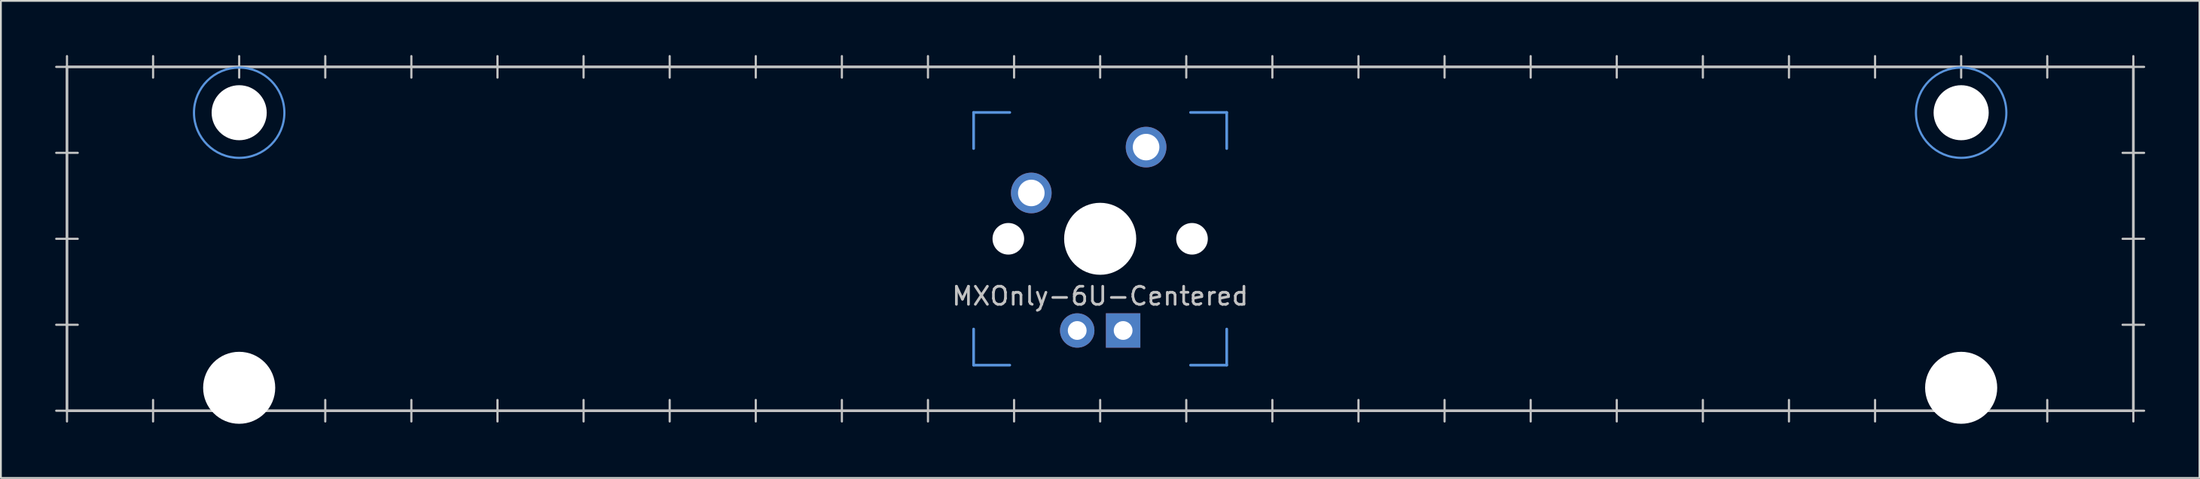
<source format=kicad_pcb>
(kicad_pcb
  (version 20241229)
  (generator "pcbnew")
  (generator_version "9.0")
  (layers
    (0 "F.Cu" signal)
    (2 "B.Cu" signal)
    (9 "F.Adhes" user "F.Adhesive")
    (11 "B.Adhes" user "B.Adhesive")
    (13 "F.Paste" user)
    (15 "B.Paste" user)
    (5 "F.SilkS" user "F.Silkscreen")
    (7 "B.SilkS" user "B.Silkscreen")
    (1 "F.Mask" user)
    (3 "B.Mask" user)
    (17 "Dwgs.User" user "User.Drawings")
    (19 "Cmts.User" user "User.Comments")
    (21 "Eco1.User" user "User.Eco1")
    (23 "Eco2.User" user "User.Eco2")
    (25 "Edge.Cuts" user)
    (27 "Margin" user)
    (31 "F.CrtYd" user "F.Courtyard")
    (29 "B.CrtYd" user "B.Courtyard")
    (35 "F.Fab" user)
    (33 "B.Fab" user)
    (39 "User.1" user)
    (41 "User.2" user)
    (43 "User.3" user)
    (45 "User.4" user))
  (footprint "MXOnly-6U-Centered"
    (layer "F.Cu")
    (at 57.805 10.18)
    (property "Reference" "MXOnly-6U-Centered" (at 0 3.175 0) (layer "Dwgs.User") (effects (font (size 1 1) (thickness 0.15))))
    (attr through_hole)
    (fp_line (start -57.745 -9.525) (end -57.15 -9.525) (stroke (width 0.12) (type solid)) (layer "Dwgs.User"))
    (fp_line (start -57.745 0) (end -56.555 0) (stroke (width 0.12) (type solid)) (layer "Dwgs.User"))
    (fp_line (start -57.745 4.763) (end -56.555 4.763) (stroke (width 0.12) (type solid)) (layer "Dwgs.User"))
    (fp_line (start -57.745 9.525) (end -57.15 9.525) (stroke (width 0.12) (type solid)) (layer "Dwgs.User"))
    (fp_line (start -57.15 10.12) (end -57.15 9.525) (stroke (width 0.12) (type solid)) (layer "Dwgs.User"))
    (fp_line (start -57.15 -10.12) (end -57.15 -9.525) (stroke (width 0.12) (type solid)) (layer "Dwgs.User"))
    (fp_line (start -57.15 -9.525) (end 57.15 -9.525) (stroke (width 0.15) (type solid)) (layer "Dwgs.User"))
    (fp_line (start -57.15 9.525) (end -57.15 -9.525) (stroke (width 0.15) (type solid)) (layer "Dwgs.User"))
    (fp_line (start -57.15 9.525) (end 57.15 9.525) (stroke (width 0.15) (type solid)) (layer "Dwgs.User"))
    (fp_line (start -56.555 -4.763) (end -57.745 -4.763) (stroke (width 0.12) (type solid)) (layer "Dwgs.User"))
    (fp_line (start -52.388 8.93) (end -52.388 10.12) (stroke (width 0.12) (type solid)) (layer "Dwgs.User"))
    (fp_line (start -52.387 -10.12) (end -52.387 -8.93) (stroke (width 0.12) (type solid)) (layer "Dwgs.User"))
    (fp_line (start -47.625 8.93) (end -47.625 10.12) (stroke (width 0.12) (type solid)) (layer "Dwgs.User"))
    (fp_line (start -47.625 -10.12) (end -47.625 -8.93) (stroke (width 0.12) (type solid)) (layer "Dwgs.User"))
    (fp_line (start -42.863 10.12) (end -42.863 8.93) (stroke (width 0.12) (type solid)) (layer "Dwgs.User"))
    (fp_line (start -42.862 -8.93) (end -42.862 -10.12) (stroke (width 0.12) (type solid)) (layer "Dwgs.User"))
    (fp_line (start -38.1 8.93) (end -38.1 10.12) (stroke (width 0.12) (type solid)) (layer "Dwgs.User"))
    (fp_line (start -38.1 -10.12) (end -38.1 -8.93) (stroke (width 0.12) (type solid)) (layer "Dwgs.User"))
    (fp_line (start -33.337 10.12) (end -33.337 8.93) (stroke (width 0.12) (type solid)) (layer "Dwgs.User"))
    (fp_line (start -33.337 -8.93) (end -33.337 -10.12) (stroke (width 0.12) (type solid)) (layer "Dwgs.User"))
    (fp_line (start -28.575 8.93) (end -28.575 10.12) (stroke (width 0.12) (type solid)) (layer "Dwgs.User"))
    (fp_line (start -28.575 -10.12) (end -28.575 -8.93) (stroke (width 0.12) (type solid)) (layer "Dwgs.User"))
    (fp_line (start -23.812 10.12) (end -23.812 8.93) (stroke (width 0.12) (type solid)) (layer "Dwgs.User"))
    (fp_line (start -23.812 -8.93) (end -23.812 -10.12) (stroke (width 0.12) (type solid)) (layer "Dwgs.User"))
    (fp_line (start -19.05 8.93) (end -19.05 10.12) (stroke (width 0.12) (type solid)) (layer "Dwgs.User"))
    (fp_line (start -19.05 -10.12) (end -19.05 -8.93) (stroke (width 0.12) (type solid)) (layer "Dwgs.User"))
    (fp_line (start -14.287 10.12) (end -14.287 8.93) (stroke (width 0.12) (type solid)) (layer "Dwgs.User"))
    (fp_line (start -14.287 -8.93) (end -14.287 -10.12) (stroke (width 0.12) (type solid)) (layer "Dwgs.User"))
    (fp_line (start -9.525 8.93) (end -9.525 10.12) (stroke (width 0.12) (type solid)) (layer "Dwgs.User"))
    (fp_line (start -9.525 -10.12) (end -9.525 -8.93) (stroke (width 0.12) (type solid)) (layer "Dwgs.User"))
    (fp_line (start -4.762 10.12) (end -4.762 8.93) (stroke (width 0.12) (type solid)) (layer "Dwgs.User"))
    (fp_line (start -4.762 -8.93) (end -4.762 -10.12) (stroke (width 0.12) (type solid)) (layer "Dwgs.User"))
    (fp_line (start 0.000048 -8.93) (end 0.000048 -10.12) (stroke (width 0.12) (type solid)) (layer "Dwgs.User"))
    (fp_line (start 0.000048 10.12) (end 0.000048 8.93) (stroke (width 0.12) (type solid)) (layer "Dwgs.User"))
    (fp_line (start 4.763 -10.12) (end 4.763 -8.93) (stroke (width 0.12) (type solid)) (layer "Dwgs.User"))
    (fp_line (start 4.763 8.93) (end 4.763 10.12) (stroke (width 0.12) (type solid)) (layer "Dwgs.User"))
    (fp_line (start 9.525 -8.93) (end 9.525 -10.12) (stroke (width 0.12) (type solid)) (layer "Dwgs.User"))
    (fp_line (start 9.525 10.12) (end 9.525 8.93) (stroke (width 0.12) (type solid)) (layer "Dwgs.User"))
    (fp_line (start 14.288 -10.12) (end 14.288 -8.93) (stroke (width 0.12) (type solid)) (layer "Dwgs.User"))
    (fp_line (start 14.288 8.93) (end 14.288 10.12) (stroke (width 0.12) (type solid)) (layer "Dwgs.User"))
    (fp_line (start 19.05 -8.93) (end 19.05 -10.12) (stroke (width 0.12) (type solid)) (layer "Dwgs.User"))
    (fp_line (start 19.05 10.12) (end 19.05 8.93) (stroke (width 0.12) (type solid)) (layer "Dwgs.User"))
    (fp_line (start 23.813 -10.12) (end 23.813 -8.93) (stroke (width 0.12) (type solid)) (layer "Dwgs.User"))
    (fp_line (start 23.813 8.93) (end 23.813 10.12) (stroke (width 0.12) (type solid)) (layer "Dwgs.User"))
    (fp_line (start 28.575 -8.93) (end 28.575 -10.12) (stroke (width 0.12) (type solid)) (layer "Dwgs.User"))
    (fp_line (start 28.575 10.12) (end 28.575 8.93) (stroke (width 0.12) (type solid)) (layer "Dwgs.User"))
    (fp_line (start 33.338 -10.12) (end 33.338 -8.93) (stroke (width 0.12) (type solid)) (layer "Dwgs.User"))
    (fp_line (start 33.338 8.93) (end 33.338 10.12) (stroke (width 0.12) (type solid)) (layer "Dwgs.User"))
    (fp_line (start 38.1 -8.93) (end 38.1 -10.12) (stroke (width 0.12) (type solid)) (layer "Dwgs.User"))
    (fp_line (start 38.1 10.12) (end 38.1 8.93) (stroke (width 0.12) (type solid)) (layer "Dwgs.User"))
    (fp_line (start 42.863 -10.12) (end 42.863 -8.93) (stroke (width 0.12) (type solid)) (layer "Dwgs.User"))
    (fp_line (start 42.863 8.93) (end 42.863 10.12) (stroke (width 0.12) (type solid)) (layer "Dwgs.User"))
    (fp_line (start 47.625 -8.93) (end 47.625 -10.12) (stroke (width 0.12) (type solid)) (layer "Dwgs.User"))
    (fp_line (start 47.625 10.12) (end 47.625 8.93) (stroke (width 0.12) (type solid)) (layer "Dwgs.User"))
    (fp_line (start 52.388 -10.12) (end 52.388 -8.93) (stroke (width 0.12) (type solid)) (layer "Dwgs.User"))
    (fp_line (start 52.388 8.93) (end 52.388 10.12) (stroke (width 0.12) (type solid)) (layer "Dwgs.User"))
    (fp_line (start 56.555 4.763) (end 57.745 4.763) (stroke (width 0.12) (type solid)) (layer "Dwgs.User"))
    (fp_line (start 57.15 -9.525) (end 57.15 9.525) (stroke (width 0.15) (type solid)) (layer "Dwgs.User"))
    (fp_line (start 57.15 10.12) (end 57.15 9.525) (stroke (width 0.12) (type solid)) (layer "Dwgs.User"))
    (fp_line (start 57.15 -10.12) (end 57.15 -9.525) (stroke (width 0.12) (type solid)) (layer "Dwgs.User"))
    (fp_line (start 57.745 -9.525) (end 57.15 -9.525) (stroke (width 0.12) (type solid)) (layer "Dwgs.User"))
    (fp_line (start 57.745 -4.762) (end 56.555 -4.762) (stroke (width 0.12) (type solid)) (layer "Dwgs.User"))
    (fp_line (start 57.745 0.000008) (end 56.555 0.000008) (stroke (width 0.12) (type solid)) (layer "Dwgs.User"))
    (fp_line (start 57.745 9.525) (end 57.15 9.525) (stroke (width 0.12) (type solid)) (layer "Dwgs.User"))
    (fp_line (start -7 -7) (end -7 -5) (stroke (width 0.15) (type solid)) (layer "Cmts.User"))
    (fp_line (start -7 7) (end -7 5) (stroke (width 0.15) (type solid)) (layer "Cmts.User"))
    (fp_line (start -5 -7) (end -7 -7) (stroke (width 0.15) (type solid)) (layer "Cmts.User"))
    (fp_line (start -5 7) (end -7 7) (stroke (width 0.15) (type solid)) (layer "Cmts.User"))
    (fp_line (start 5 -7) (end 7 -7) (stroke (width 0.15) (type solid)) (layer "Cmts.User"))
    (fp_line (start 7 -7) (end 7 -5) (stroke (width 0.15) (type solid)) (layer "Cmts.User"))
    (fp_line (start 7 5) (end 7 7) (stroke (width 0.15) (type solid)) (layer "Cmts.User"))
    (fp_line (start 7 7) (end 5 7) (stroke (width 0.15) (type solid)) (layer "Cmts.User"))
    (fp_circle (center -47.625 -6.985) (end -45.125 -6.985) (stroke (width 0.12) (type solid)) (fill no) (layer "Cmts.User"))
    (fp_circle (center 47.625 -6.985) (end 50.125 -6.985) (stroke (width 0.12) (type solid)) (fill no) (layer "Cmts.User"))
    (pad "" np_thru_hole circle (at -47.625 -6.985) (size 3.048 3.048) (drill 3.048) (layers "*.Cu" "*.Mask"))
    (pad "" np_thru_hole circle (at -47.625 8.255) (size 3.988 3.988) (drill 3.988) (layers "*.Cu" "*.Mask"))
    (pad "" np_thru_hole circle (at -5.08 0 48.1) (size 1.75 1.75) (drill 1.75) (layers "*.Cu" "*.Mask"))
    (pad "" np_thru_hole circle (at 0 0) (size 3.988 3.988) (drill 3.988) (layers "*.Cu" "*.Mask"))
    (pad "" np_thru_hole circle (at 5.08 0 48.1) (size 1.75 1.75) (drill 1.75) (layers "*.Cu" "*.Mask"))
    (pad "" np_thru_hole circle (at 47.625 -6.985) (size 3.048 3.048) (drill 3.048) (layers "*.Cu" "*.Mask"))
    (pad "" np_thru_hole circle (at 47.625 8.255) (size 3.988 3.988) (drill 3.988) (layers "*.Cu" "*.Mask"))
    (pad "1" thru_hole circle (at -3.81 -2.54) (size 2.25 2.25) (drill 1.47) (layers "*.Cu" "B.Mask"))
    (pad "2" thru_hole circle (at 2.54 -5.08) (size 2.25 2.25) (drill 1.47) (layers "*.Cu" "B.Mask"))
    (pad "3" thru_hole circle (at -1.27 5.08) (size 1.905 1.905) (drill 1.04) (layers "*.Cu" "B.Mask"))
    (pad "4" thru_hole rect (at 1.27 5.08) (size 1.905 1.905) (drill 1.04) (layers "*.Cu" "B.Mask")))
  (gr_rect
    (start -3 -3)
    (end 118.611 23.429)
    (stroke (width 0.1) (type default))
    (fill no)
    (layer "Edge.Cuts")))
</source>
